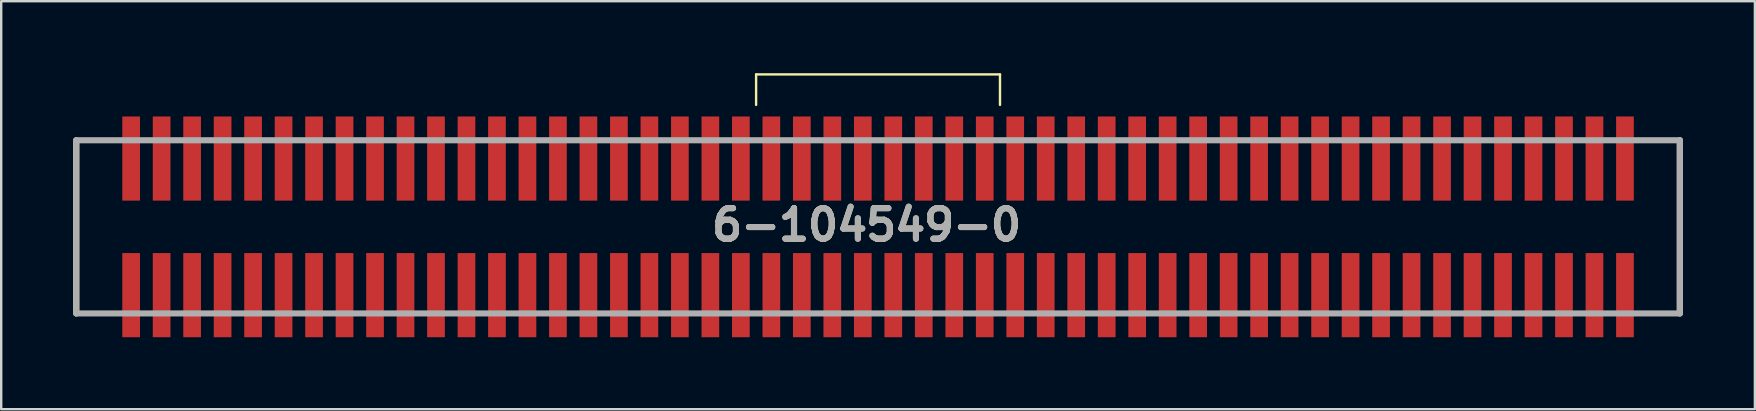
<source format=kicad_pcb>
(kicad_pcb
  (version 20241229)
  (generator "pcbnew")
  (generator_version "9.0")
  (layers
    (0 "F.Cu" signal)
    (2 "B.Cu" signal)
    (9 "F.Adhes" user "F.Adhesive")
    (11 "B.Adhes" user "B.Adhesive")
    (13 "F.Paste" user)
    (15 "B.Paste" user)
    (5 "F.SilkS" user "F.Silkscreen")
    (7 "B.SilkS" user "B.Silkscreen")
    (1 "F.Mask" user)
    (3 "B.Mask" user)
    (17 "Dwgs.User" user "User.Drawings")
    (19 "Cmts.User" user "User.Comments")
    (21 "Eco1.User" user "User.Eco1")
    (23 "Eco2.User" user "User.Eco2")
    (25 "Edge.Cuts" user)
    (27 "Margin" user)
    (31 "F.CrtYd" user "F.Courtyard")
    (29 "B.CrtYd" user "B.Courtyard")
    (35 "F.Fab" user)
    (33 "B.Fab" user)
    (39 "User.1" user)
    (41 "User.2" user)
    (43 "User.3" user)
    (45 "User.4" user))
  (footprint "6-104549-0"
    (layer "F.Cu")
    (at 33.528 6.4)
    (property "Reference" "6-104549-0" (at -0.477 -0.082 0) (layer "F.SilkS") (effects (font (size 1.27 1.27) (thickness 0.254))))
    (attr through_hole)
    (fp_line (start -33.401 -3.607) (end -33.401 3.607) (stroke (width 0.254) (type solid)) (layer "F.SilkS"))
    (fp_line (start -5.08 -6.35) (end 5.08 -6.35) (stroke (width 0.1) (type default)) (layer "F.SilkS"))
    (fp_line (start -5.08 -5.08) (end -5.08 -6.35) (stroke (width 0.1) (type default)) (layer "F.SilkS"))
    (fp_line (start 5.08 -6.35) (end 5.08 -5.08) (stroke (width 0.1) (type default)) (layer "F.SilkS"))
    (fp_line (start 33.401 3.607) (end 33.401 -3.607) (stroke (width 0.254) (type solid)) (layer "F.SilkS"))
    (fp_line (start -33.401 -3.607) (end 33.401 -3.607) (stroke (width 0.254) (type solid)) (layer "F.Fab"))
    (fp_line (start -33.401 3.607) (end -33.401 -3.607) (stroke (width 0.254) (type solid)) (layer "F.Fab"))
    (fp_line (start 33.401 -3.607) (end 33.401 3.607) (stroke (width 0.254) (type solid)) (layer "F.Fab"))
    (fp_line (start 33.401 3.607) (end -33.401 3.607) (stroke (width 0.254) (type solid)) (layer "F.Fab"))
    (fp_text user "${REFERENCE}" (at -0.477 -0.082 0) (layer "F.Fab") (effects (font (size 1.27 1.27) (thickness 0.254))))
    (pad "1" smd rect (at -31.115 2.845) (size 0.737 3.505) (layers "F.Cu" "F.Mask" "F.Paste"))
    (pad "2" smd rect (at -31.115 -2.845) (size 0.737 3.505) (layers "F.Cu" "F.Mask" "F.Paste"))
    (pad "3" smd rect (at -29.845 2.845) (size 0.737 3.505) (layers "F.Cu" "F.Mask" "F.Paste"))
    (pad "4" smd rect (at -29.845 -2.845) (size 0.737 3.505) (layers "F.Cu" "F.Mask" "F.Paste"))
    (pad "5" smd rect (at -28.575 2.845) (size 0.737 3.505) (layers "F.Cu" "F.Mask" "F.Paste"))
    (pad "6" smd rect (at -28.575 -2.845) (size 0.737 3.505) (layers "F.Cu" "F.Mask" "F.Paste"))
    (pad "7" smd rect (at -27.305 2.845) (size 0.737 3.505) (layers "F.Cu" "F.Mask" "F.Paste"))
    (pad "8" smd rect (at -27.305 -2.845) (size 0.737 3.505) (layers "F.Cu" "F.Mask" "F.Paste"))
    (pad "9" smd rect (at -26.035 2.845) (size 0.737 3.505) (layers "F.Cu" "F.Mask" "F.Paste"))
    (pad "10" smd rect (at -26.035 -2.845) (size 0.737 3.505) (layers "F.Cu" "F.Mask" "F.Paste"))
    (pad "11" smd rect (at -24.765 2.845) (size 0.737 3.505) (layers "F.Cu" "F.Mask" "F.Paste"))
    (pad "12" smd rect (at -24.765 -2.845) (size 0.737 3.505) (layers "F.Cu" "F.Mask" "F.Paste"))
    (pad "13" smd rect (at -23.495 2.845) (size 0.737 3.505) (layers "F.Cu" "F.Mask" "F.Paste"))
    (pad "14" smd rect (at -23.495 -2.845) (size 0.737 3.505) (layers "F.Cu" "F.Mask" "F.Paste"))
    (pad "15" smd rect (at -22.225 2.845) (size 0.737 3.505) (layers "F.Cu" "F.Mask" "F.Paste"))
    (pad "16" smd rect (at -22.225 -2.845) (size 0.737 3.505) (layers "F.Cu" "F.Mask" "F.Paste"))
    (pad "17" smd rect (at -20.955 2.845) (size 0.737 3.505) (layers "F.Cu" "F.Mask" "F.Paste"))
    (pad "18" smd rect (at -20.955 -2.845) (size 0.737 3.505) (layers "F.Cu" "F.Mask" "F.Paste"))
    (pad "19" smd rect (at -19.685 2.845) (size 0.737 3.505) (layers "F.Cu" "F.Mask" "F.Paste"))
    (pad "20" smd rect (at -19.685 -2.845) (size 0.737 3.505) (layers "F.Cu" "F.Mask" "F.Paste"))
    (pad "21" smd rect (at -18.415 2.845) (size 0.737 3.505) (layers "F.Cu" "F.Mask" "F.Paste"))
    (pad "22" smd rect (at -18.415 -2.845) (size 0.737 3.505) (layers "F.Cu" "F.Mask" "F.Paste"))
    (pad "23" smd rect (at -17.145 2.845) (size 0.737 3.505) (layers "F.Cu" "F.Mask" "F.Paste"))
    (pad "24" smd rect (at -17.145 -2.845) (size 0.737 3.505) (layers "F.Cu" "F.Mask" "F.Paste"))
    (pad "25" smd rect (at -15.875 2.845) (size 0.737 3.505) (layers "F.Cu" "F.Mask" "F.Paste"))
    (pad "26" smd rect (at -15.875 -2.845) (size 0.737 3.505) (layers "F.Cu" "F.Mask" "F.Paste"))
    (pad "27" smd rect (at -14.605 2.845) (size 0.737 3.505) (layers "F.Cu" "F.Mask" "F.Paste"))
    (pad "28" smd rect (at -14.605 -2.845) (size 0.737 3.505) (layers "F.Cu" "F.Mask" "F.Paste"))
    (pad "29" smd rect (at -13.335 2.845) (size 0.737 3.505) (layers "F.Cu" "F.Mask" "F.Paste"))
    (pad "30" smd rect (at -13.335 -2.845) (size 0.737 3.505) (layers "F.Cu" "F.Mask" "F.Paste"))
    (pad "31" smd rect (at -12.065 2.845) (size 0.737 3.505) (layers "F.Cu" "F.Mask" "F.Paste"))
    (pad "32" smd rect (at -12.065 -2.845) (size 0.737 3.505) (layers "F.Cu" "F.Mask" "F.Paste"))
    (pad "33" smd rect (at -10.795 2.845) (size 0.737 3.505) (layers "F.Cu" "F.Mask" "F.Paste"))
    (pad "34" smd rect (at -10.795 -2.845) (size 0.737 3.505) (layers "F.Cu" "F.Mask" "F.Paste"))
    (pad "35" smd rect (at -9.525 2.845) (size 0.737 3.505) (layers "F.Cu" "F.Mask" "F.Paste"))
    (pad "36" smd rect (at -9.525 -2.845) (size 0.737 3.505) (layers "F.Cu" "F.Mask" "F.Paste"))
    (pad "37" smd rect (at -8.255 2.845) (size 0.737 3.505) (layers "F.Cu" "F.Mask" "F.Paste"))
    (pad "38" smd rect (at -8.255 -2.845) (size 0.737 3.505) (layers "F.Cu" "F.Mask" "F.Paste"))
    (pad "39" smd rect (at -6.985 2.845) (size 0.737 3.505) (layers "F.Cu" "F.Mask" "F.Paste"))
    (pad "40" smd rect (at -6.985 -2.845) (size 0.737 3.505) (layers "F.Cu" "F.Mask" "F.Paste"))
    (pad "41" smd rect (at -5.715 2.845) (size 0.737 3.505) (layers "F.Cu" "F.Mask" "F.Paste"))
    (pad "42" smd rect (at -5.715 -2.845) (size 0.737 3.505) (layers "F.Cu" "F.Mask" "F.Paste"))
    (pad "43" smd rect (at -4.445 2.845) (size 0.737 3.505) (layers "F.Cu" "F.Mask" "F.Paste"))
    (pad "44" smd rect (at -4.445 -2.845) (size 0.737 3.505) (layers "F.Cu" "F.Mask" "F.Paste"))
    (pad "45" smd rect (at -3.175 2.845) (size 0.737 3.505) (layers "F.Cu" "F.Mask" "F.Paste"))
    (pad "46" smd rect (at -3.175 -2.845) (size 0.737 3.505) (layers "F.Cu" "F.Mask" "F.Paste"))
    (pad "47" smd rect (at -1.905 2.845) (size 0.737 3.505) (layers "F.Cu" "F.Mask" "F.Paste"))
    (pad "48" smd rect (at -1.905 -2.845) (size 0.737 3.505) (layers "F.Cu" "F.Mask" "F.Paste"))
    (pad "49" smd rect (at -0.635 2.845) (size 0.737 3.505) (layers "F.Cu" "F.Mask" "F.Paste"))
    (pad "50" smd rect (at -0.635 -2.845) (size 0.737 3.505) (layers "F.Cu" "F.Mask" "F.Paste"))
    (pad "51" smd rect (at 0.635 2.845) (size 0.737 3.505) (layers "F.Cu" "F.Mask" "F.Paste"))
    (pad "52" smd rect (at 0.635 -2.845) (size 0.737 3.505) (layers "F.Cu" "F.Mask" "F.Paste"))
    (pad "53" smd rect (at 1.905 2.845) (size 0.737 3.505) (layers "F.Cu" "F.Mask" "F.Paste"))
    (pad "54" smd rect (at 1.905 -2.845) (size 0.737 3.505) (layers "F.Cu" "F.Mask" "F.Paste"))
    (pad "55" smd rect (at 3.175 2.845) (size 0.737 3.505) (layers "F.Cu" "F.Mask" "F.Paste"))
    (pad "56" smd rect (at 3.175 -2.845) (size 0.737 3.505) (layers "F.Cu" "F.Mask" "F.Paste"))
    (pad "57" smd rect (at 4.445 2.845) (size 0.737 3.505) (layers "F.Cu" "F.Mask" "F.Paste"))
    (pad "58" smd rect (at 4.445 -2.845) (size 0.737 3.505) (layers "F.Cu" "F.Mask" "F.Paste"))
    (pad "59" smd rect (at 5.715 2.845) (size 0.737 3.505) (layers "F.Cu" "F.Mask" "F.Paste"))
    (pad "60" smd rect (at 5.715 -2.845) (size 0.737 3.505) (layers "F.Cu" "F.Mask" "F.Paste"))
    (pad "61" smd rect (at 6.985 2.845) (size 0.737 3.505) (layers "F.Cu" "F.Mask" "F.Paste"))
    (pad "62" smd rect (at 6.985 -2.845) (size 0.737 3.505) (layers "F.Cu" "F.Mask" "F.Paste"))
    (pad "63" smd rect (at 8.255 2.845) (size 0.737 3.505) (layers "F.Cu" "F.Mask" "F.Paste"))
    (pad "64" smd rect (at 8.255 -2.845) (size 0.737 3.505) (layers "F.Cu" "F.Mask" "F.Paste"))
    (pad "65" smd rect (at 9.525 2.845) (size 0.737 3.505) (layers "F.Cu" "F.Mask" "F.Paste"))
    (pad "66" smd rect (at 9.525 -2.845) (size 0.737 3.505) (layers "F.Cu" "F.Mask" "F.Paste"))
    (pad "67" smd rect (at 10.795 2.845) (size 0.737 3.505) (layers "F.Cu" "F.Mask" "F.Paste"))
    (pad "68" smd rect (at 10.795 -2.845) (size 0.737 3.505) (layers "F.Cu" "F.Mask" "F.Paste"))
    (pad "69" smd rect (at 12.065 2.845) (size 0.737 3.505) (layers "F.Cu" "F.Mask" "F.Paste"))
    (pad "70" smd rect (at 12.065 -2.845) (size 0.737 3.505) (layers "F.Cu" "F.Mask" "F.Paste"))
    (pad "71" smd rect (at 13.335 2.845) (size 0.737 3.505) (layers "F.Cu" "F.Mask" "F.Paste"))
    (pad "72" smd rect (at 13.335 -2.845) (size 0.737 3.505) (layers "F.Cu" "F.Mask" "F.Paste"))
    (pad "73" smd rect (at 14.605 2.845) (size 0.737 3.505) (layers "F.Cu" "F.Mask" "F.Paste"))
    (pad "74" smd rect (at 14.605 -2.845) (size 0.737 3.505) (layers "F.Cu" "F.Mask" "F.Paste"))
    (pad "75" smd rect (at 15.875 2.845) (size 0.737 3.505) (layers "F.Cu" "F.Mask" "F.Paste"))
    (pad "76" smd rect (at 15.875 -2.845) (size 0.737 3.505) (layers "F.Cu" "F.Mask" "F.Paste"))
    (pad "77" smd rect (at 17.145 2.845) (size 0.737 3.505) (layers "F.Cu" "F.Mask" "F.Paste"))
    (pad "78" smd rect (at 17.145 -2.845) (size 0.737 3.505) (layers "F.Cu" "F.Mask" "F.Paste"))
    (pad "79" smd rect (at 18.415 2.845) (size 0.737 3.505) (layers "F.Cu" "F.Mask" "F.Paste"))
    (pad "80" smd rect (at 18.415 -2.845) (size 0.737 3.505) (layers "F.Cu" "F.Mask" "F.Paste"))
    (pad "81" smd rect (at 19.685 2.845) (size 0.737 3.505) (layers "F.Cu" "F.Mask" "F.Paste"))
    (pad "82" smd rect (at 19.685 -2.845) (size 0.737 3.505) (layers "F.Cu" "F.Mask" "F.Paste"))
    (pad "83" smd rect (at 20.955 2.845) (size 0.737 3.505) (layers "F.Cu" "F.Mask" "F.Paste"))
    (pad "84" smd rect (at 20.955 -2.845) (size 0.737 3.505) (layers "F.Cu" "F.Mask" "F.Paste"))
    (pad "85" smd rect (at 22.225 2.845) (size 0.737 3.505) (layers "F.Cu" "F.Mask" "F.Paste"))
    (pad "86" smd rect (at 22.225 -2.845) (size 0.737 3.505) (layers "F.Cu" "F.Mask" "F.Paste"))
    (pad "87" smd rect (at 23.495 2.845) (size 0.737 3.505) (layers "F.Cu" "F.Mask" "F.Paste"))
    (pad "88" smd rect (at 23.495 -2.845) (size 0.737 3.505) (layers "F.Cu" "F.Mask" "F.Paste"))
    (pad "89" smd rect (at 24.765 2.845) (size 0.737 3.505) (layers "F.Cu" "F.Mask" "F.Paste"))
    (pad "90" smd rect (at 24.765 -2.845) (size 0.737 3.505) (layers "F.Cu" "F.Mask" "F.Paste"))
    (pad "91" smd rect (at 26.035 2.845) (size 0.737 3.505) (layers "F.Cu" "F.Mask" "F.Paste"))
    (pad "92" smd rect (at 26.035 -2.845) (size 0.737 3.505) (layers "F.Cu" "F.Mask" "F.Paste"))
    (pad "93" smd rect (at 27.305 2.845) (size 0.737 3.505) (layers "F.Cu" "F.Mask" "F.Paste"))
    (pad "94" smd rect (at 27.305 -2.845) (size 0.737 3.505) (layers "F.Cu" "F.Mask" "F.Paste"))
    (pad "95" smd rect (at 28.575 2.845) (size 0.737 3.505) (layers "F.Cu" "F.Mask" "F.Paste"))
    (pad "96" smd rect (at 28.575 -2.845) (size 0.737 3.505) (layers "F.Cu" "F.Mask" "F.Paste"))
    (pad "97" smd rect (at 29.845 2.845) (size 0.737 3.505) (layers "F.Cu" "F.Mask" "F.Paste"))
    (pad "98" smd rect (at 29.845 -2.845) (size 0.737 3.505) (layers "F.Cu" "F.Mask" "F.Paste"))
    (pad "99" smd rect (at 31.115 2.845) (size 0.737 3.505) (layers "F.Cu" "F.Mask" "F.Paste"))
    (pad "100" smd rect (at 31.115 -2.845) (size 0.737 3.505) (layers "F.Cu" "F.Mask" "F.Paste")))
  (gr_rect
    (start -3 -3)
    (end 70.056 13.997)
    (stroke (width 0.1) (type default))
    (fill no)
    (layer "Edge.Cuts")))
</source>
